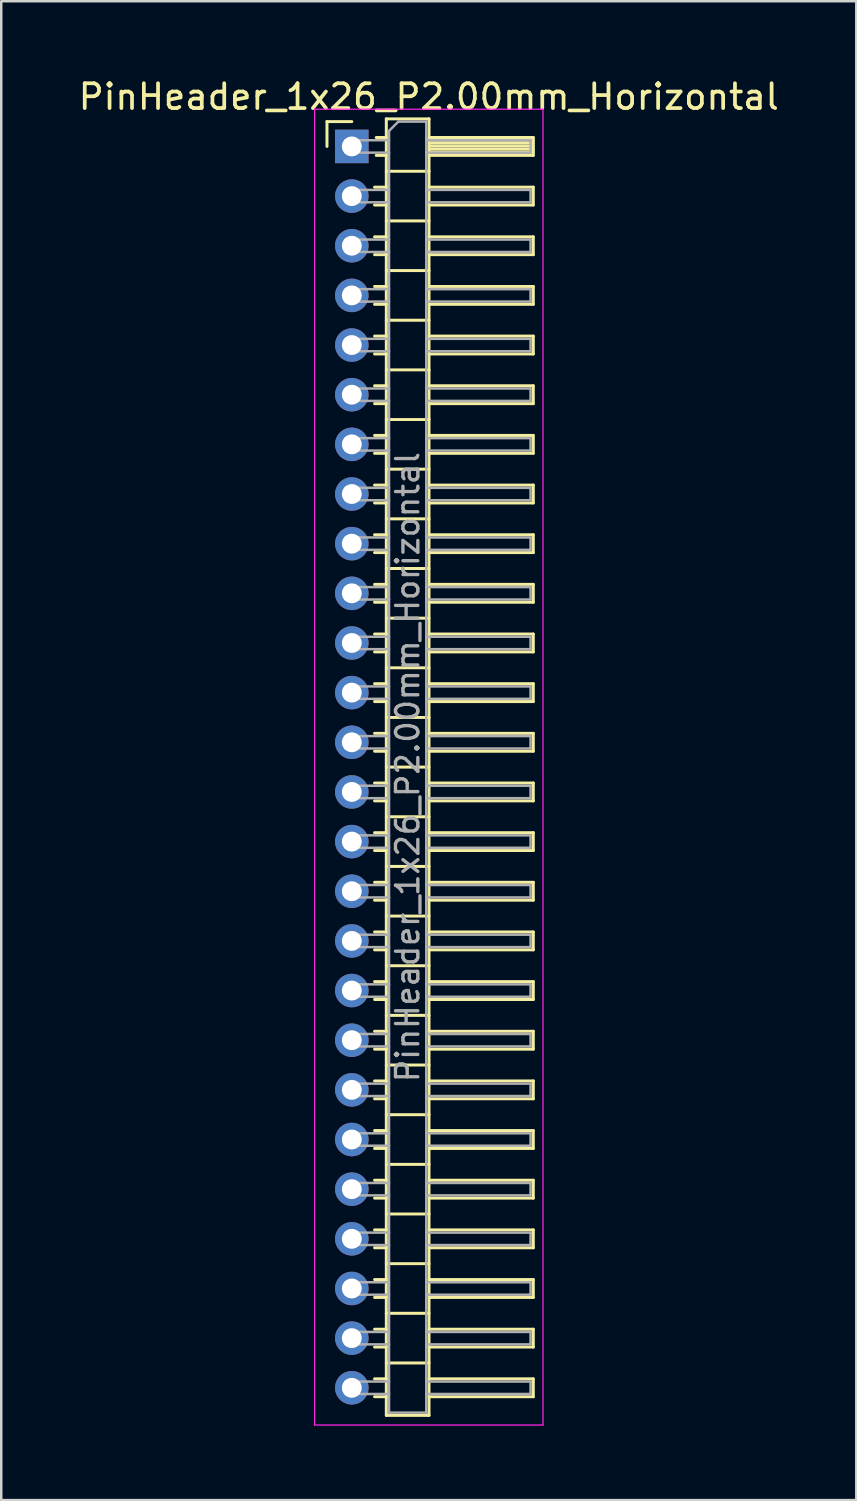
<source format=kicad_pcb>
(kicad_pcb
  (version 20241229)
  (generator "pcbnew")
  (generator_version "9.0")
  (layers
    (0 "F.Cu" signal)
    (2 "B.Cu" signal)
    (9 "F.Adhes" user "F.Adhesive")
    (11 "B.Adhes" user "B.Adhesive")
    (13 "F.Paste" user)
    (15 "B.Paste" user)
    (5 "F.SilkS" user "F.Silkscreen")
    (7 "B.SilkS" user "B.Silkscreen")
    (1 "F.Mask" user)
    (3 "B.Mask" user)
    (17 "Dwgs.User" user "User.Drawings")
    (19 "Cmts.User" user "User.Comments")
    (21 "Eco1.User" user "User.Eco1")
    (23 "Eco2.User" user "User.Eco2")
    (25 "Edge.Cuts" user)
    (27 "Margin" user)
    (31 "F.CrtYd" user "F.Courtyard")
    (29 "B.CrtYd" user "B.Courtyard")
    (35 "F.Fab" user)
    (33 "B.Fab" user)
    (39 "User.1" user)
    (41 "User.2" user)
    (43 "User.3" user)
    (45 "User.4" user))
  (footprint "PinHeader_1x26_P2.00mm_Horizontal"
    (layer "F.Cu")
    (at 11.12 2.848)
    (property "Reference" "PinHeader_1x26_P2.00mm_Horizontal" (at 3.1 -2 0) (layer "F.SilkS") (effects (font (size 1 1) (thickness 0.15))))
    (attr through_hole)
    (fp_line (start -1 -1) (end 0 -1) (stroke (width 0.12) (type solid)) (layer "F.SilkS"))
    (fp_line (start -1 0) (end -1 -1) (stroke (width 0.12) (type solid)) (layer "F.SilkS"))
    (fp_line (start 0.917 1.64) (end 1.39 1.64) (stroke (width 0.12) (type solid)) (layer "F.SilkS"))
    (fp_line (start 0.917 2.36) (end 1.39 2.36) (stroke (width 0.12) (type solid)) (layer "F.SilkS"))
    (fp_line (start 0.917 3.64) (end 1.39 3.64) (stroke (width 0.12) (type solid)) (layer "F.SilkS"))
    (fp_line (start 0.917 4.36) (end 1.39 4.36) (stroke (width 0.12) (type solid)) (layer "F.SilkS"))
    (fp_line (start 0.917 5.64) (end 1.39 5.64) (stroke (width 0.12) (type solid)) (layer "F.SilkS"))
    (fp_line (start 0.917 6.36) (end 1.39 6.36) (stroke (width 0.12) (type solid)) (layer "F.SilkS"))
    (fp_line (start 0.917 7.64) (end 1.39 7.64) (stroke (width 0.12) (type solid)) (layer "F.SilkS"))
    (fp_line (start 0.917 8.36) (end 1.39 8.36) (stroke (width 0.12) (type solid)) (layer "F.SilkS"))
    (fp_line (start 0.917 9.64) (end 1.39 9.64) (stroke (width 0.12) (type solid)) (layer "F.SilkS"))
    (fp_line (start 0.917 10.36) (end 1.39 10.36) (stroke (width 0.12) (type solid)) (layer "F.SilkS"))
    (fp_line (start 0.917 11.64) (end 1.39 11.64) (stroke (width 0.12) (type solid)) (layer "F.SilkS"))
    (fp_line (start 0.917 12.36) (end 1.39 12.36) (stroke (width 0.12) (type solid)) (layer "F.SilkS"))
    (fp_line (start 0.917 13.64) (end 1.39 13.64) (stroke (width 0.12) (type solid)) (layer "F.SilkS"))
    (fp_line (start 0.917 14.36) (end 1.39 14.36) (stroke (width 0.12) (type solid)) (layer "F.SilkS"))
    (fp_line (start 0.917 15.64) (end 1.39 15.64) (stroke (width 0.12) (type solid)) (layer "F.SilkS"))
    (fp_line (start 0.917 16.36) (end 1.39 16.36) (stroke (width 0.12) (type solid)) (layer "F.SilkS"))
    (fp_line (start 0.917 17.64) (end 1.39 17.64) (stroke (width 0.12) (type solid)) (layer "F.SilkS"))
    (fp_line (start 0.917 18.36) (end 1.39 18.36) (stroke (width 0.12) (type solid)) (layer "F.SilkS"))
    (fp_line (start 0.917 19.64) (end 1.39 19.64) (stroke (width 0.12) (type solid)) (layer "F.SilkS"))
    (fp_line (start 0.917 20.36) (end 1.39 20.36) (stroke (width 0.12) (type solid)) (layer "F.SilkS"))
    (fp_line (start 0.917 21.64) (end 1.39 21.64) (stroke (width 0.12) (type solid)) (layer "F.SilkS"))
    (fp_line (start 0.917 22.36) (end 1.39 22.36) (stroke (width 0.12) (type solid)) (layer "F.SilkS"))
    (fp_line (start 0.917 23.64) (end 1.39 23.64) (stroke (width 0.12) (type solid)) (layer "F.SilkS"))
    (fp_line (start 0.917 24.36) (end 1.39 24.36) (stroke (width 0.12) (type solid)) (layer "F.SilkS"))
    (fp_line (start 0.917 25.64) (end 1.39 25.64) (stroke (width 0.12) (type solid)) (layer "F.SilkS"))
    (fp_line (start 0.917 26.36) (end 1.39 26.36) (stroke (width 0.12) (type solid)) (layer "F.SilkS"))
    (fp_line (start 0.917 27.64) (end 1.39 27.64) (stroke (width 0.12) (type solid)) (layer "F.SilkS"))
    (fp_line (start 0.917 28.36) (end 1.39 28.36) (stroke (width 0.12) (type solid)) (layer "F.SilkS"))
    (fp_line (start 0.917 29.64) (end 1.39 29.64) (stroke (width 0.12) (type solid)) (layer "F.SilkS"))
    (fp_line (start 0.917 30.36) (end 1.39 30.36) (stroke (width 0.12) (type solid)) (layer "F.SilkS"))
    (fp_line (start 0.917 31.64) (end 1.39 31.64) (stroke (width 0.12) (type solid)) (layer "F.SilkS"))
    (fp_line (start 0.917 32.36) (end 1.39 32.36) (stroke (width 0.12) (type solid)) (layer "F.SilkS"))
    (fp_line (start 0.917 33.64) (end 1.39 33.64) (stroke (width 0.12) (type solid)) (layer "F.SilkS"))
    (fp_line (start 0.917 34.36) (end 1.39 34.36) (stroke (width 0.12) (type solid)) (layer "F.SilkS"))
    (fp_line (start 0.917 35.64) (end 1.39 35.64) (stroke (width 0.12) (type solid)) (layer "F.SilkS"))
    (fp_line (start 0.917 36.36) (end 1.39 36.36) (stroke (width 0.12) (type solid)) (layer "F.SilkS"))
    (fp_line (start 0.917 37.64) (end 1.39 37.64) (stroke (width 0.12) (type solid)) (layer "F.SilkS"))
    (fp_line (start 0.917 38.36) (end 1.39 38.36) (stroke (width 0.12) (type solid)) (layer "F.SilkS"))
    (fp_line (start 0.917 39.64) (end 1.39 39.64) (stroke (width 0.12) (type solid)) (layer "F.SilkS"))
    (fp_line (start 0.917 40.36) (end 1.39 40.36) (stroke (width 0.12) (type solid)) (layer "F.SilkS"))
    (fp_line (start 0.917 41.64) (end 1.39 41.64) (stroke (width 0.12) (type solid)) (layer "F.SilkS"))
    (fp_line (start 0.917 42.36) (end 1.39 42.36) (stroke (width 0.12) (type solid)) (layer "F.SilkS"))
    (fp_line (start 0.917 43.64) (end 1.39 43.64) (stroke (width 0.12) (type solid)) (layer "F.SilkS"))
    (fp_line (start 0.917 44.36) (end 1.39 44.36) (stroke (width 0.12) (type solid)) (layer "F.SilkS"))
    (fp_line (start 0.917 45.64) (end 1.39 45.64) (stroke (width 0.12) (type solid)) (layer "F.SilkS"))
    (fp_line (start 0.917 46.36) (end 1.39 46.36) (stroke (width 0.12) (type solid)) (layer "F.SilkS"))
    (fp_line (start 0.917 47.64) (end 1.39 47.64) (stroke (width 0.12) (type solid)) (layer "F.SilkS"))
    (fp_line (start 0.917 48.36) (end 1.39 48.36) (stroke (width 0.12) (type solid)) (layer "F.SilkS"))
    (fp_line (start 0.917 49.64) (end 1.39 49.64) (stroke (width 0.12) (type solid)) (layer "F.SilkS"))
    (fp_line (start 0.917 50.36) (end 1.39 50.36) (stroke (width 0.12) (type solid)) (layer "F.SilkS"))
    (fp_line (start 0.985 -0.36) (end 1.39 -0.36) (stroke (width 0.12) (type solid)) (layer "F.SilkS"))
    (fp_line (start 0.985 0.36) (end 1.39 0.36) (stroke (width 0.12) (type solid)) (layer "F.SilkS"))
    (fp_line (start 1.39 -1.11) (end 1.39 51.11) (stroke (width 0.12) (type solid)) (layer "F.SilkS"))
    (fp_line (start 1.39 1) (end 3.11 1) (stroke (width 0.12) (type solid)) (layer "F.SilkS"))
    (fp_line (start 1.39 3) (end 3.11 3) (stroke (width 0.12) (type solid)) (layer "F.SilkS"))
    (fp_line (start 1.39 5) (end 3.11 5) (stroke (width 0.12) (type solid)) (layer "F.SilkS"))
    (fp_line (start 1.39 7) (end 3.11 7) (stroke (width 0.12) (type solid)) (layer "F.SilkS"))
    (fp_line (start 1.39 9) (end 3.11 9) (stroke (width 0.12) (type solid)) (layer "F.SilkS"))
    (fp_line (start 1.39 11) (end 3.11 11) (stroke (width 0.12) (type solid)) (layer "F.SilkS"))
    (fp_line (start 1.39 13) (end 3.11 13) (stroke (width 0.12) (type solid)) (layer "F.SilkS"))
    (fp_line (start 1.39 15) (end 3.11 15) (stroke (width 0.12) (type solid)) (layer "F.SilkS"))
    (fp_line (start 1.39 17) (end 3.11 17) (stroke (width 0.12) (type solid)) (layer "F.SilkS"))
    (fp_line (start 1.39 19) (end 3.11 19) (stroke (width 0.12) (type solid)) (layer "F.SilkS"))
    (fp_line (start 1.39 21) (end 3.11 21) (stroke (width 0.12) (type solid)) (layer "F.SilkS"))
    (fp_line (start 1.39 23) (end 3.11 23) (stroke (width 0.12) (type solid)) (layer "F.SilkS"))
    (fp_line (start 1.39 25) (end 3.11 25) (stroke (width 0.12) (type solid)) (layer "F.SilkS"))
    (fp_line (start 1.39 27) (end 3.11 27) (stroke (width 0.12) (type solid)) (layer "F.SilkS"))
    (fp_line (start 1.39 29) (end 3.11 29) (stroke (width 0.12) (type solid)) (layer "F.SilkS"))
    (fp_line (start 1.39 31) (end 3.11 31) (stroke (width 0.12) (type solid)) (layer "F.SilkS"))
    (fp_line (start 1.39 33) (end 3.11 33) (stroke (width 0.12) (type solid)) (layer "F.SilkS"))
    (fp_line (start 1.39 35) (end 3.11 35) (stroke (width 0.12) (type solid)) (layer "F.SilkS"))
    (fp_line (start 1.39 37) (end 3.11 37) (stroke (width 0.12) (type solid)) (layer "F.SilkS"))
    (fp_line (start 1.39 39) (end 3.11 39) (stroke (width 0.12) (type solid)) (layer "F.SilkS"))
    (fp_line (start 1.39 41) (end 3.11 41) (stroke (width 0.12) (type solid)) (layer "F.SilkS"))
    (fp_line (start 1.39 43) (end 3.11 43) (stroke (width 0.12) (type solid)) (layer "F.SilkS"))
    (fp_line (start 1.39 45) (end 3.11 45) (stroke (width 0.12) (type solid)) (layer "F.SilkS"))
    (fp_line (start 1.39 47) (end 3.11 47) (stroke (width 0.12) (type solid)) (layer "F.SilkS"))
    (fp_line (start 1.39 49) (end 3.11 49) (stroke (width 0.12) (type solid)) (layer "F.SilkS"))
    (fp_line (start 1.39 51.11) (end 3.11 51.11) (stroke (width 0.12) (type solid)) (layer "F.SilkS"))
    (fp_line (start 3.11 -1.11) (end 1.39 -1.11) (stroke (width 0.12) (type solid)) (layer "F.SilkS"))
    (fp_line (start 3.11 -0.36) (end 7.31 -0.36) (stroke (width 0.12) (type solid)) (layer "F.SilkS"))
    (fp_line (start 3.11 -0.25) (end 7.31 -0.25) (stroke (width 0.12) (type solid)) (layer "F.SilkS"))
    (fp_line (start 3.11 -0.13) (end 7.31 -0.13) (stroke (width 0.12) (type solid)) (layer "F.SilkS"))
    (fp_line (start 3.11 -0.01) (end 7.31 -0.01) (stroke (width 0.12) (type solid)) (layer "F.SilkS"))
    (fp_line (start 3.11 0.11) (end 7.31 0.11) (stroke (width 0.12) (type solid)) (layer "F.SilkS"))
    (fp_line (start 3.11 0.23) (end 7.31 0.23) (stroke (width 0.12) (type solid)) (layer "F.SilkS"))
    (fp_line (start 3.11 1.64) (end 7.31 1.64) (stroke (width 0.12) (type solid)) (layer "F.SilkS"))
    (fp_line (start 3.11 3.64) (end 7.31 3.64) (stroke (width 0.12) (type solid)) (layer "F.SilkS"))
    (fp_line (start 3.11 5.64) (end 7.31 5.64) (stroke (width 0.12) (type solid)) (layer "F.SilkS"))
    (fp_line (start 3.11 7.64) (end 7.31 7.64) (stroke (width 0.12) (type solid)) (layer "F.SilkS"))
    (fp_line (start 3.11 9.64) (end 7.31 9.64) (stroke (width 0.12) (type solid)) (layer "F.SilkS"))
    (fp_line (start 3.11 11.64) (end 7.31 11.64) (stroke (width 0.12) (type solid)) (layer "F.SilkS"))
    (fp_line (start 3.11 13.64) (end 7.31 13.64) (stroke (width 0.12) (type solid)) (layer "F.SilkS"))
    (fp_line (start 3.11 15.64) (end 7.31 15.64) (stroke (width 0.12) (type solid)) (layer "F.SilkS"))
    (fp_line (start 3.11 17.64) (end 7.31 17.64) (stroke (width 0.12) (type solid)) (layer "F.SilkS"))
    (fp_line (start 3.11 19.64) (end 7.31 19.64) (stroke (width 0.12) (type solid)) (layer "F.SilkS"))
    (fp_line (start 3.11 21.64) (end 7.31 21.64) (stroke (width 0.12) (type solid)) (layer "F.SilkS"))
    (fp_line (start 3.11 23.64) (end 7.31 23.64) (stroke (width 0.12) (type solid)) (layer "F.SilkS"))
    (fp_line (start 3.11 25.64) (end 7.31 25.64) (stroke (width 0.12) (type solid)) (layer "F.SilkS"))
    (fp_line (start 3.11 27.64) (end 7.31 27.64) (stroke (width 0.12) (type solid)) (layer "F.SilkS"))
    (fp_line (start 3.11 29.64) (end 7.31 29.64) (stroke (width 0.12) (type solid)) (layer "F.SilkS"))
    (fp_line (start 3.11 31.64) (end 7.31 31.64) (stroke (width 0.12) (type solid)) (layer "F.SilkS"))
    (fp_line (start 3.11 33.64) (end 7.31 33.64) (stroke (width 0.12) (type solid)) (layer "F.SilkS"))
    (fp_line (start 3.11 35.64) (end 7.31 35.64) (stroke (width 0.12) (type solid)) (layer "F.SilkS"))
    (fp_line (start 3.11 37.64) (end 7.31 37.64) (stroke (width 0.12) (type solid)) (layer "F.SilkS"))
    (fp_line (start 3.11 39.64) (end 7.31 39.64) (stroke (width 0.12) (type solid)) (layer "F.SilkS"))
    (fp_line (start 3.11 41.64) (end 7.31 41.64) (stroke (width 0.12) (type solid)) (layer "F.SilkS"))
    (fp_line (start 3.11 43.64) (end 7.31 43.64) (stroke (width 0.12) (type solid)) (layer "F.SilkS"))
    (fp_line (start 3.11 45.64) (end 7.31 45.64) (stroke (width 0.12) (type solid)) (layer "F.SilkS"))
    (fp_line (start 3.11 47.64) (end 7.31 47.64) (stroke (width 0.12) (type solid)) (layer "F.SilkS"))
    (fp_line (start 3.11 49.64) (end 7.31 49.64) (stroke (width 0.12) (type solid)) (layer "F.SilkS"))
    (fp_line (start 3.11 51.11) (end 3.11 -1.11) (stroke (width 0.12) (type solid)) (layer "F.SilkS"))
    (fp_line (start 7.31 -0.36) (end 7.31 0.36) (stroke (width 0.12) (type solid)) (layer "F.SilkS"))
    (fp_line (start 7.31 0.36) (end 3.11 0.36) (stroke (width 0.12) (type solid)) (layer "F.SilkS"))
    (fp_line (start 7.31 1.64) (end 7.31 2.36) (stroke (width 0.12) (type solid)) (layer "F.SilkS"))
    (fp_line (start 7.31 2.36) (end 3.11 2.36) (stroke (width 0.12) (type solid)) (layer "F.SilkS"))
    (fp_line (start 7.31 3.64) (end 7.31 4.36) (stroke (width 0.12) (type solid)) (layer "F.SilkS"))
    (fp_line (start 7.31 4.36) (end 3.11 4.36) (stroke (width 0.12) (type solid)) (layer "F.SilkS"))
    (fp_line (start 7.31 5.64) (end 7.31 6.36) (stroke (width 0.12) (type solid)) (layer "F.SilkS"))
    (fp_line (start 7.31 6.36) (end 3.11 6.36) (stroke (width 0.12) (type solid)) (layer "F.SilkS"))
    (fp_line (start 7.31 7.64) (end 7.31 8.36) (stroke (width 0.12) (type solid)) (layer "F.SilkS"))
    (fp_line (start 7.31 8.36) (end 3.11 8.36) (stroke (width 0.12) (type solid)) (layer "F.SilkS"))
    (fp_line (start 7.31 9.64) (end 7.31 10.36) (stroke (width 0.12) (type solid)) (layer "F.SilkS"))
    (fp_line (start 7.31 10.36) (end 3.11 10.36) (stroke (width 0.12) (type solid)) (layer "F.SilkS"))
    (fp_line (start 7.31 11.64) (end 7.31 12.36) (stroke (width 0.12) (type solid)) (layer "F.SilkS"))
    (fp_line (start 7.31 12.36) (end 3.11 12.36) (stroke (width 0.12) (type solid)) (layer "F.SilkS"))
    (fp_line (start 7.31 13.64) (end 7.31 14.36) (stroke (width 0.12) (type solid)) (layer "F.SilkS"))
    (fp_line (start 7.31 14.36) (end 3.11 14.36) (stroke (width 0.12) (type solid)) (layer "F.SilkS"))
    (fp_line (start 7.31 15.64) (end 7.31 16.36) (stroke (width 0.12) (type solid)) (layer "F.SilkS"))
    (fp_line (start 7.31 16.36) (end 3.11 16.36) (stroke (width 0.12) (type solid)) (layer "F.SilkS"))
    (fp_line (start 7.31 17.64) (end 7.31 18.36) (stroke (width 0.12) (type solid)) (layer "F.SilkS"))
    (fp_line (start 7.31 18.36) (end 3.11 18.36) (stroke (width 0.12) (type solid)) (layer "F.SilkS"))
    (fp_line (start 7.31 19.64) (end 7.31 20.36) (stroke (width 0.12) (type solid)) (layer "F.SilkS"))
    (fp_line (start 7.31 20.36) (end 3.11 20.36) (stroke (width 0.12) (type solid)) (layer "F.SilkS"))
    (fp_line (start 7.31 21.64) (end 7.31 22.36) (stroke (width 0.12) (type solid)) (layer "F.SilkS"))
    (fp_line (start 7.31 22.36) (end 3.11 22.36) (stroke (width 0.12) (type solid)) (layer "F.SilkS"))
    (fp_line (start 7.31 23.64) (end 7.31 24.36) (stroke (width 0.12) (type solid)) (layer "F.SilkS"))
    (fp_line (start 7.31 24.36) (end 3.11 24.36) (stroke (width 0.12) (type solid)) (layer "F.SilkS"))
    (fp_line (start 7.31 25.64) (end 7.31 26.36) (stroke (width 0.12) (type solid)) (layer "F.SilkS"))
    (fp_line (start 7.31 26.36) (end 3.11 26.36) (stroke (width 0.12) (type solid)) (layer "F.SilkS"))
    (fp_line (start 7.31 27.64) (end 7.31 28.36) (stroke (width 0.12) (type solid)) (layer "F.SilkS"))
    (fp_line (start 7.31 28.36) (end 3.11 28.36) (stroke (width 0.12) (type solid)) (layer "F.SilkS"))
    (fp_line (start 7.31 29.64) (end 7.31 30.36) (stroke (width 0.12) (type solid)) (layer "F.SilkS"))
    (fp_line (start 7.31 30.36) (end 3.11 30.36) (stroke (width 0.12) (type solid)) (layer "F.SilkS"))
    (fp_line (start 7.31 31.64) (end 7.31 32.36) (stroke (width 0.12) (type solid)) (layer "F.SilkS"))
    (fp_line (start 7.31 32.36) (end 3.11 32.36) (stroke (width 0.12) (type solid)) (layer "F.SilkS"))
    (fp_line (start 7.31 33.64) (end 7.31 34.36) (stroke (width 0.12) (type solid)) (layer "F.SilkS"))
    (fp_line (start 7.31 34.36) (end 3.11 34.36) (stroke (width 0.12) (type solid)) (layer "F.SilkS"))
    (fp_line (start 7.31 35.64) (end 7.31 36.36) (stroke (width 0.12) (type solid)) (layer "F.SilkS"))
    (fp_line (start 7.31 36.36) (end 3.11 36.36) (stroke (width 0.12) (type solid)) (layer "F.SilkS"))
    (fp_line (start 7.31 37.64) (end 7.31 38.36) (stroke (width 0.12) (type solid)) (layer "F.SilkS"))
    (fp_line (start 7.31 38.36) (end 3.11 38.36) (stroke (width 0.12) (type solid)) (layer "F.SilkS"))
    (fp_line (start 7.31 39.64) (end 7.31 40.36) (stroke (width 0.12) (type solid)) (layer "F.SilkS"))
    (fp_line (start 7.31 40.36) (end 3.11 40.36) (stroke (width 0.12) (type solid)) (layer "F.SilkS"))
    (fp_line (start 7.31 41.64) (end 7.31 42.36) (stroke (width 0.12) (type solid)) (layer "F.SilkS"))
    (fp_line (start 7.31 42.36) (end 3.11 42.36) (stroke (width 0.12) (type solid)) (layer "F.SilkS"))
    (fp_line (start 7.31 43.64) (end 7.31 44.36) (stroke (width 0.12) (type solid)) (layer "F.SilkS"))
    (fp_line (start 7.31 44.36) (end 3.11 44.36) (stroke (width 0.12) (type solid)) (layer "F.SilkS"))
    (fp_line (start 7.31 45.64) (end 7.31 46.36) (stroke (width 0.12) (type solid)) (layer "F.SilkS"))
    (fp_line (start 7.31 46.36) (end 3.11 46.36) (stroke (width 0.12) (type solid)) (layer "F.SilkS"))
    (fp_line (start 7.31 47.64) (end 7.31 48.36) (stroke (width 0.12) (type solid)) (layer "F.SilkS"))
    (fp_line (start 7.31 48.36) (end 3.11 48.36) (stroke (width 0.12) (type solid)) (layer "F.SilkS"))
    (fp_line (start 7.31 49.64) (end 7.31 50.36) (stroke (width 0.12) (type solid)) (layer "F.SilkS"))
    (fp_line (start 7.31 50.36) (end 3.11 50.36) (stroke (width 0.12) (type solid)) (layer "F.SilkS"))
    (fp_line (start -1.5 -1.5) (end -1.5 51.5) (stroke (width 0.05) (type solid)) (layer "F.CrtYd"))
    (fp_line (start -1.5 51.5) (end 7.7 51.5) (stroke (width 0.05) (type solid)) (layer "F.CrtYd"))
    (fp_line (start 7.7 -1.5) (end -1.5 -1.5) (stroke (width 0.05) (type solid)) (layer "F.CrtYd"))
    (fp_line (start 7.7 51.5) (end 7.7 -1.5) (stroke (width 0.05) (type solid)) (layer "F.CrtYd"))
    (fp_line (start -0.25 -0.25) (end -0.25 0.25) (stroke (width 0.1) (type solid)) (layer "F.Fab"))
    (fp_line (start -0.25 -0.25) (end 1.5 -0.25) (stroke (width 0.1) (type solid)) (layer "F.Fab"))
    (fp_line (start -0.25 0.25) (end 1.5 0.25) (stroke (width 0.1) (type solid)) (layer "F.Fab"))
    (fp_line (start -0.25 1.75) (end -0.25 2.25) (stroke (width 0.1) (type solid)) (layer "F.Fab"))
    (fp_line (start -0.25 1.75) (end 1.5 1.75) (stroke (width 0.1) (type solid)) (layer "F.Fab"))
    (fp_line (start -0.25 2.25) (end 1.5 2.25) (stroke (width 0.1) (type solid)) (layer "F.Fab"))
    (fp_line (start -0.25 3.75) (end -0.25 4.25) (stroke (width 0.1) (type solid)) (layer "F.Fab"))
    (fp_line (start -0.25 3.75) (end 1.5 3.75) (stroke (width 0.1) (type solid)) (layer "F.Fab"))
    (fp_line (start -0.25 4.25) (end 1.5 4.25) (stroke (width 0.1) (type solid)) (layer "F.Fab"))
    (fp_line (start -0.25 5.75) (end -0.25 6.25) (stroke (width 0.1) (type solid)) (layer "F.Fab"))
    (fp_line (start -0.25 5.75) (end 1.5 5.75) (stroke (width 0.1) (type solid)) (layer "F.Fab"))
    (fp_line (start -0.25 6.25) (end 1.5 6.25) (stroke (width 0.1) (type solid)) (layer "F.Fab"))
    (fp_line (start -0.25 7.75) (end -0.25 8.25) (stroke (width 0.1) (type solid)) (layer "F.Fab"))
    (fp_line (start -0.25 7.75) (end 1.5 7.75) (stroke (width 0.1) (type solid)) (layer "F.Fab"))
    (fp_line (start -0.25 8.25) (end 1.5 8.25) (stroke (width 0.1) (type solid)) (layer "F.Fab"))
    (fp_line (start -0.25 9.75) (end -0.25 10.25) (stroke (width 0.1) (type solid)) (layer "F.Fab"))
    (fp_line (start -0.25 9.75) (end 1.5 9.75) (stroke (width 0.1) (type solid)) (layer "F.Fab"))
    (fp_line (start -0.25 10.25) (end 1.5 10.25) (stroke (width 0.1) (type solid)) (layer "F.Fab"))
    (fp_line (start -0.25 11.75) (end -0.25 12.25) (stroke (width 0.1) (type solid)) (layer "F.Fab"))
    (fp_line (start -0.25 11.75) (end 1.5 11.75) (stroke (width 0.1) (type solid)) (layer "F.Fab"))
    (fp_line (start -0.25 12.25) (end 1.5 12.25) (stroke (width 0.1) (type solid)) (layer "F.Fab"))
    (fp_line (start -0.25 13.75) (end -0.25 14.25) (stroke (width 0.1) (type solid)) (layer "F.Fab"))
    (fp_line (start -0.25 13.75) (end 1.5 13.75) (stroke (width 0.1) (type solid)) (layer "F.Fab"))
    (fp_line (start -0.25 14.25) (end 1.5 14.25) (stroke (width 0.1) (type solid)) (layer "F.Fab"))
    (fp_line (start -0.25 15.75) (end -0.25 16.25) (stroke (width 0.1) (type solid)) (layer "F.Fab"))
    (fp_line (start -0.25 15.75) (end 1.5 15.75) (stroke (width 0.1) (type solid)) (layer "F.Fab"))
    (fp_line (start -0.25 16.25) (end 1.5 16.25) (stroke (width 0.1) (type solid)) (layer "F.Fab"))
    (fp_line (start -0.25 17.75) (end -0.25 18.25) (stroke (width 0.1) (type solid)) (layer "F.Fab"))
    (fp_line (start -0.25 17.75) (end 1.5 17.75) (stroke (width 0.1) (type solid)) (layer "F.Fab"))
    (fp_line (start -0.25 18.25) (end 1.5 18.25) (stroke (width 0.1) (type solid)) (layer "F.Fab"))
    (fp_line (start -0.25 19.75) (end -0.25 20.25) (stroke (width 0.1) (type solid)) (layer "F.Fab"))
    (fp_line (start -0.25 19.75) (end 1.5 19.75) (stroke (width 0.1) (type solid)) (layer "F.Fab"))
    (fp_line (start -0.25 20.25) (end 1.5 20.25) (stroke (width 0.1) (type solid)) (layer "F.Fab"))
    (fp_line (start -0.25 21.75) (end -0.25 22.25) (stroke (width 0.1) (type solid)) (layer "F.Fab"))
    (fp_line (start -0.25 21.75) (end 1.5 21.75) (stroke (width 0.1) (type solid)) (layer "F.Fab"))
    (fp_line (start -0.25 22.25) (end 1.5 22.25) (stroke (width 0.1) (type solid)) (layer "F.Fab"))
    (fp_line (start -0.25 23.75) (end -0.25 24.25) (stroke (width 0.1) (type solid)) (layer "F.Fab"))
    (fp_line (start -0.25 23.75) (end 1.5 23.75) (stroke (width 0.1) (type solid)) (layer "F.Fab"))
    (fp_line (start -0.25 24.25) (end 1.5 24.25) (stroke (width 0.1) (type solid)) (layer "F.Fab"))
    (fp_line (start -0.25 25.75) (end -0.25 26.25) (stroke (width 0.1) (type solid)) (layer "F.Fab"))
    (fp_line (start -0.25 25.75) (end 1.5 25.75) (stroke (width 0.1) (type solid)) (layer "F.Fab"))
    (fp_line (start -0.25 26.25) (end 1.5 26.25) (stroke (width 0.1) (type solid)) (layer "F.Fab"))
    (fp_line (start -0.25 27.75) (end -0.25 28.25) (stroke (width 0.1) (type solid)) (layer "F.Fab"))
    (fp_line (start -0.25 27.75) (end 1.5 27.75) (stroke (width 0.1) (type solid)) (layer "F.Fab"))
    (fp_line (start -0.25 28.25) (end 1.5 28.25) (stroke (width 0.1) (type solid)) (layer "F.Fab"))
    (fp_line (start -0.25 29.75) (end -0.25 30.25) (stroke (width 0.1) (type solid)) (layer "F.Fab"))
    (fp_line (start -0.25 29.75) (end 1.5 29.75) (stroke (width 0.1) (type solid)) (layer "F.Fab"))
    (fp_line (start -0.25 30.25) (end 1.5 30.25) (stroke (width 0.1) (type solid)) (layer "F.Fab"))
    (fp_line (start -0.25 31.75) (end -0.25 32.25) (stroke (width 0.1) (type solid)) (layer "F.Fab"))
    (fp_line (start -0.25 31.75) (end 1.5 31.75) (stroke (width 0.1) (type solid)) (layer "F.Fab"))
    (fp_line (start -0.25 32.25) (end 1.5 32.25) (stroke (width 0.1) (type solid)) (layer "F.Fab"))
    (fp_line (start -0.25 33.75) (end -0.25 34.25) (stroke (width 0.1) (type solid)) (layer "F.Fab"))
    (fp_line (start -0.25 33.75) (end 1.5 33.75) (stroke (width 0.1) (type solid)) (layer "F.Fab"))
    (fp_line (start -0.25 34.25) (end 1.5 34.25) (stroke (width 0.1) (type solid)) (layer "F.Fab"))
    (fp_line (start -0.25 35.75) (end -0.25 36.25) (stroke (width 0.1) (type solid)) (layer "F.Fab"))
    (fp_line (start -0.25 35.75) (end 1.5 35.75) (stroke (width 0.1) (type solid)) (layer "F.Fab"))
    (fp_line (start -0.25 36.25) (end 1.5 36.25) (stroke (width 0.1) (type solid)) (layer "F.Fab"))
    (fp_line (start -0.25 37.75) (end -0.25 38.25) (stroke (width 0.1) (type solid)) (layer "F.Fab"))
    (fp_line (start -0.25 37.75) (end 1.5 37.75) (stroke (width 0.1) (type solid)) (layer "F.Fab"))
    (fp_line (start -0.25 38.25) (end 1.5 38.25) (stroke (width 0.1) (type solid)) (layer "F.Fab"))
    (fp_line (start -0.25 39.75) (end -0.25 40.25) (stroke (width 0.1) (type solid)) (layer "F.Fab"))
    (fp_line (start -0.25 39.75) (end 1.5 39.75) (stroke (width 0.1) (type solid)) (layer "F.Fab"))
    (fp_line (start -0.25 40.25) (end 1.5 40.25) (stroke (width 0.1) (type solid)) (layer "F.Fab"))
    (fp_line (start -0.25 41.75) (end -0.25 42.25) (stroke (width 0.1) (type solid)) (layer "F.Fab"))
    (fp_line (start -0.25 41.75) (end 1.5 41.75) (stroke (width 0.1) (type solid)) (layer "F.Fab"))
    (fp_line (start -0.25 42.25) (end 1.5 42.25) (stroke (width 0.1) (type solid)) (layer "F.Fab"))
    (fp_line (start -0.25 43.75) (end -0.25 44.25) (stroke (width 0.1) (type solid)) (layer "F.Fab"))
    (fp_line (start -0.25 43.75) (end 1.5 43.75) (stroke (width 0.1) (type solid)) (layer "F.Fab"))
    (fp_line (start -0.25 44.25) (end 1.5 44.25) (stroke (width 0.1) (type solid)) (layer "F.Fab"))
    (fp_line (start -0.25 45.75) (end -0.25 46.25) (stroke (width 0.1) (type solid)) (layer "F.Fab"))
    (fp_line (start -0.25 45.75) (end 1.5 45.75) (stroke (width 0.1) (type solid)) (layer "F.Fab"))
    (fp_line (start -0.25 46.25) (end 1.5 46.25) (stroke (width 0.1) (type solid)) (layer "F.Fab"))
    (fp_line (start -0.25 47.75) (end -0.25 48.25) (stroke (width 0.1) (type solid)) (layer "F.Fab"))
    (fp_line (start -0.25 47.75) (end 1.5 47.75) (stroke (width 0.1) (type solid)) (layer "F.Fab"))
    (fp_line (start -0.25 48.25) (end 1.5 48.25) (stroke (width 0.1) (type solid)) (layer "F.Fab"))
    (fp_line (start -0.25 49.75) (end -0.25 50.25) (stroke (width 0.1) (type solid)) (layer "F.Fab"))
    (fp_line (start -0.25 49.75) (end 1.5 49.75) (stroke (width 0.1) (type solid)) (layer "F.Fab"))
    (fp_line (start -0.25 50.25) (end 1.5 50.25) (stroke (width 0.1) (type solid)) (layer "F.Fab"))
    (fp_line (start 1.5 -0.625) (end 1.875 -1) (stroke (width 0.1) (type solid)) (layer "F.Fab"))
    (fp_line (start 1.5 51) (end 1.5 -0.625) (stroke (width 0.1) (type solid)) (layer "F.Fab"))
    (fp_line (start 1.875 -1) (end 3 -1) (stroke (width 0.1) (type solid)) (layer "F.Fab"))
    (fp_line (start 3 -1) (end 3 51) (stroke (width 0.1) (type solid)) (layer "F.Fab"))
    (fp_line (start 3 -0.25) (end 7.2 -0.25) (stroke (width 0.1) (type solid)) (layer "F.Fab"))
    (fp_line (start 3 0.25) (end 7.2 0.25) (stroke (width 0.1) (type solid)) (layer "F.Fab"))
    (fp_line (start 3 1.75) (end 7.2 1.75) (stroke (width 0.1) (type solid)) (layer "F.Fab"))
    (fp_line (start 3 2.25) (end 7.2 2.25) (stroke (width 0.1) (type solid)) (layer "F.Fab"))
    (fp_line (start 3 3.75) (end 7.2 3.75) (stroke (width 0.1) (type solid)) (layer "F.Fab"))
    (fp_line (start 3 4.25) (end 7.2 4.25) (stroke (width 0.1) (type solid)) (layer "F.Fab"))
    (fp_line (start 3 5.75) (end 7.2 5.75) (stroke (width 0.1) (type solid)) (layer "F.Fab"))
    (fp_line (start 3 6.25) (end 7.2 6.25) (stroke (width 0.1) (type solid)) (layer "F.Fab"))
    (fp_line (start 3 7.75) (end 7.2 7.75) (stroke (width 0.1) (type solid)) (layer "F.Fab"))
    (fp_line (start 3 8.25) (end 7.2 8.25) (stroke (width 0.1) (type solid)) (layer "F.Fab"))
    (fp_line (start 3 9.75) (end 7.2 9.75) (stroke (width 0.1) (type solid)) (layer "F.Fab"))
    (fp_line (start 3 10.25) (end 7.2 10.25) (stroke (width 0.1) (type solid)) (layer "F.Fab"))
    (fp_line (start 3 11.75) (end 7.2 11.75) (stroke (width 0.1) (type solid)) (layer "F.Fab"))
    (fp_line (start 3 12.25) (end 7.2 12.25) (stroke (width 0.1) (type solid)) (layer "F.Fab"))
    (fp_line (start 3 13.75) (end 7.2 13.75) (stroke (width 0.1) (type solid)) (layer "F.Fab"))
    (fp_line (start 3 14.25) (end 7.2 14.25) (stroke (width 0.1) (type solid)) (layer "F.Fab"))
    (fp_line (start 3 15.75) (end 7.2 15.75) (stroke (width 0.1) (type solid)) (layer "F.Fab"))
    (fp_line (start 3 16.25) (end 7.2 16.25) (stroke (width 0.1) (type solid)) (layer "F.Fab"))
    (fp_line (start 3 17.75) (end 7.2 17.75) (stroke (width 0.1) (type solid)) (layer "F.Fab"))
    (fp_line (start 3 18.25) (end 7.2 18.25) (stroke (width 0.1) (type solid)) (layer "F.Fab"))
    (fp_line (start 3 19.75) (end 7.2 19.75) (stroke (width 0.1) (type solid)) (layer "F.Fab"))
    (fp_line (start 3 20.25) (end 7.2 20.25) (stroke (width 0.1) (type solid)) (layer "F.Fab"))
    (fp_line (start 3 21.75) (end 7.2 21.75) (stroke (width 0.1) (type solid)) (layer "F.Fab"))
    (fp_line (start 3 22.25) (end 7.2 22.25) (stroke (width 0.1) (type solid)) (layer "F.Fab"))
    (fp_line (start 3 23.75) (end 7.2 23.75) (stroke (width 0.1) (type solid)) (layer "F.Fab"))
    (fp_line (start 3 24.25) (end 7.2 24.25) (stroke (width 0.1) (type solid)) (layer "F.Fab"))
    (fp_line (start 3 25.75) (end 7.2 25.75) (stroke (width 0.1) (type solid)) (layer "F.Fab"))
    (fp_line (start 3 26.25) (end 7.2 26.25) (stroke (width 0.1) (type solid)) (layer "F.Fab"))
    (fp_line (start 3 27.75) (end 7.2 27.75) (stroke (width 0.1) (type solid)) (layer "F.Fab"))
    (fp_line (start 3 28.25) (end 7.2 28.25) (stroke (width 0.1) (type solid)) (layer "F.Fab"))
    (fp_line (start 3 29.75) (end 7.2 29.75) (stroke (width 0.1) (type solid)) (layer "F.Fab"))
    (fp_line (start 3 30.25) (end 7.2 30.25) (stroke (width 0.1) (type solid)) (layer "F.Fab"))
    (fp_line (start 3 31.75) (end 7.2 31.75) (stroke (width 0.1) (type solid)) (layer "F.Fab"))
    (fp_line (start 3 32.25) (end 7.2 32.25) (stroke (width 0.1) (type solid)) (layer "F.Fab"))
    (fp_line (start 3 33.75) (end 7.2 33.75) (stroke (width 0.1) (type solid)) (layer "F.Fab"))
    (fp_line (start 3 34.25) (end 7.2 34.25) (stroke (width 0.1) (type solid)) (layer "F.Fab"))
    (fp_line (start 3 35.75) (end 7.2 35.75) (stroke (width 0.1) (type solid)) (layer "F.Fab"))
    (fp_line (start 3 36.25) (end 7.2 36.25) (stroke (width 0.1) (type solid)) (layer "F.Fab"))
    (fp_line (start 3 37.75) (end 7.2 37.75) (stroke (width 0.1) (type solid)) (layer "F.Fab"))
    (fp_line (start 3 38.25) (end 7.2 38.25) (stroke (width 0.1) (type solid)) (layer "F.Fab"))
    (fp_line (start 3 39.75) (end 7.2 39.75) (stroke (width 0.1) (type solid)) (layer "F.Fab"))
    (fp_line (start 3 40.25) (end 7.2 40.25) (stroke (width 0.1) (type solid)) (layer "F.Fab"))
    (fp_line (start 3 41.75) (end 7.2 41.75) (stroke (width 0.1) (type solid)) (layer "F.Fab"))
    (fp_line (start 3 42.25) (end 7.2 42.25) (stroke (width 0.1) (type solid)) (layer "F.Fab"))
    (fp_line (start 3 43.75) (end 7.2 43.75) (stroke (width 0.1) (type solid)) (layer "F.Fab"))
    (fp_line (start 3 44.25) (end 7.2 44.25) (stroke (width 0.1) (type solid)) (layer "F.Fab"))
    (fp_line (start 3 45.75) (end 7.2 45.75) (stroke (width 0.1) (type solid)) (layer "F.Fab"))
    (fp_line (start 3 46.25) (end 7.2 46.25) (stroke (width 0.1) (type solid)) (layer "F.Fab"))
    (fp_line (start 3 47.75) (end 7.2 47.75) (stroke (width 0.1) (type solid)) (layer "F.Fab"))
    (fp_line (start 3 48.25) (end 7.2 48.25) (stroke (width 0.1) (type solid)) (layer "F.Fab"))
    (fp_line (start 3 49.75) (end 7.2 49.75) (stroke (width 0.1) (type solid)) (layer "F.Fab"))
    (fp_line (start 3 50.25) (end 7.2 50.25) (stroke (width 0.1) (type solid)) (layer "F.Fab"))
    (fp_line (start 3 51) (end 1.5 51) (stroke (width 0.1) (type solid)) (layer "F.Fab"))
    (fp_line (start 7.2 -0.25) (end 7.2 0.25) (stroke (width 0.1) (type solid)) (layer "F.Fab"))
    (fp_line (start 7.2 1.75) (end 7.2 2.25) (stroke (width 0.1) (type solid)) (layer "F.Fab"))
    (fp_line (start 7.2 3.75) (end 7.2 4.25) (stroke (width 0.1) (type solid)) (layer "F.Fab"))
    (fp_line (start 7.2 5.75) (end 7.2 6.25) (stroke (width 0.1) (type solid)) (layer "F.Fab"))
    (fp_line (start 7.2 7.75) (end 7.2 8.25) (stroke (width 0.1) (type solid)) (layer "F.Fab"))
    (fp_line (start 7.2 9.75) (end 7.2 10.25) (stroke (width 0.1) (type solid)) (layer "F.Fab"))
    (fp_line (start 7.2 11.75) (end 7.2 12.25) (stroke (width 0.1) (type solid)) (layer "F.Fab"))
    (fp_line (start 7.2 13.75) (end 7.2 14.25) (stroke (width 0.1) (type solid)) (layer "F.Fab"))
    (fp_line (start 7.2 15.75) (end 7.2 16.25) (stroke (width 0.1) (type solid)) (layer "F.Fab"))
    (fp_line (start 7.2 17.75) (end 7.2 18.25) (stroke (width 0.1) (type solid)) (layer "F.Fab"))
    (fp_line (start 7.2 19.75) (end 7.2 20.25) (stroke (width 0.1) (type solid)) (layer "F.Fab"))
    (fp_line (start 7.2 21.75) (end 7.2 22.25) (stroke (width 0.1) (type solid)) (layer "F.Fab"))
    (fp_line (start 7.2 23.75) (end 7.2 24.25) (stroke (width 0.1) (type solid)) (layer "F.Fab"))
    (fp_line (start 7.2 25.75) (end 7.2 26.25) (stroke (width 0.1) (type solid)) (layer "F.Fab"))
    (fp_line (start 7.2 27.75) (end 7.2 28.25) (stroke (width 0.1) (type solid)) (layer "F.Fab"))
    (fp_line (start 7.2 29.75) (end 7.2 30.25) (stroke (width 0.1) (type solid)) (layer "F.Fab"))
    (fp_line (start 7.2 31.75) (end 7.2 32.25) (stroke (width 0.1) (type solid)) (layer "F.Fab"))
    (fp_line (start 7.2 33.75) (end 7.2 34.25) (stroke (width 0.1) (type solid)) (layer "F.Fab"))
    (fp_line (start 7.2 35.75) (end 7.2 36.25) (stroke (width 0.1) (type solid)) (layer "F.Fab"))
    (fp_line (start 7.2 37.75) (end 7.2 38.25) (stroke (width 0.1) (type solid)) (layer "F.Fab"))
    (fp_line (start 7.2 39.75) (end 7.2 40.25) (stroke (width 0.1) (type solid)) (layer "F.Fab"))
    (fp_line (start 7.2 41.75) (end 7.2 42.25) (stroke (width 0.1) (type solid)) (layer "F.Fab"))
    (fp_line (start 7.2 43.75) (end 7.2 44.25) (stroke (width 0.1) (type solid)) (layer "F.Fab"))
    (fp_line (start 7.2 45.75) (end 7.2 46.25) (stroke (width 0.1) (type solid)) (layer "F.Fab"))
    (fp_line (start 7.2 47.75) (end 7.2 48.25) (stroke (width 0.1) (type solid)) (layer "F.Fab"))
    (fp_line (start 7.2 49.75) (end 7.2 50.25) (stroke (width 0.1) (type solid)) (layer "F.Fab"))
    (fp_text user "${REFERENCE}" (at 2.25 25 90) (layer "F.Fab") (effects (font (size 0.9 0.9) (thickness 0.135))))
    (pad "1" thru_hole rect (at 0 0) (size 1.35 1.35) (drill 0.8) (layers "*.Cu" "*.Mask"))
    (pad "2" thru_hole circle (at 0 2) (size 1.35 1.35) (drill 0.8) (layers "*.Cu" "*.Mask"))
    (pad "3" thru_hole circle (at 0 4) (size 1.35 1.35) (drill 0.8) (layers "*.Cu" "*.Mask"))
    (pad "4" thru_hole circle (at 0 6) (size 1.35 1.35) (drill 0.8) (layers "*.Cu" "*.Mask"))
    (pad "5" thru_hole circle (at 0 8) (size 1.35 1.35) (drill 0.8) (layers "*.Cu" "*.Mask"))
    (pad "6" thru_hole circle (at 0 10) (size 1.35 1.35) (drill 0.8) (layers "*.Cu" "*.Mask"))
    (pad "7" thru_hole circle (at 0 12) (size 1.35 1.35) (drill 0.8) (layers "*.Cu" "*.Mask"))
    (pad "8" thru_hole circle (at 0 14) (size 1.35 1.35) (drill 0.8) (layers "*.Cu" "*.Mask"))
    (pad "9" thru_hole circle (at 0 16) (size 1.35 1.35) (drill 0.8) (layers "*.Cu" "*.Mask"))
    (pad "10" thru_hole circle (at 0 18) (size 1.35 1.35) (drill 0.8) (layers "*.Cu" "*.Mask"))
    (pad "11" thru_hole circle (at 0 20) (size 1.35 1.35) (drill 0.8) (layers "*.Cu" "*.Mask"))
    (pad "12" thru_hole circle (at 0 22) (size 1.35 1.35) (drill 0.8) (layers "*.Cu" "*.Mask"))
    (pad "13" thru_hole circle (at 0 24) (size 1.35 1.35) (drill 0.8) (layers "*.Cu" "*.Mask"))
    (pad "14" thru_hole circle (at 0 26) (size 1.35 1.35) (drill 0.8) (layers "*.Cu" "*.Mask"))
    (pad "15" thru_hole circle (at 0 28) (size 1.35 1.35) (drill 0.8) (layers "*.Cu" "*.Mask"))
    (pad "16" thru_hole circle (at 0 30) (size 1.35 1.35) (drill 0.8) (layers "*.Cu" "*.Mask"))
    (pad "17" thru_hole circle (at 0 32) (size 1.35 1.35) (drill 0.8) (layers "*.Cu" "*.Mask"))
    (pad "18" thru_hole circle (at 0 34) (size 1.35 1.35) (drill 0.8) (layers "*.Cu" "*.Mask"))
    (pad "19" thru_hole circle (at 0 36) (size 1.35 1.35) (drill 0.8) (layers "*.Cu" "*.Mask"))
    (pad "20" thru_hole circle (at 0 38) (size 1.35 1.35) (drill 0.8) (layers "*.Cu" "*.Mask"))
    (pad "21" thru_hole circle (at 0 40) (size 1.35 1.35) (drill 0.8) (layers "*.Cu" "*.Mask"))
    (pad "22" thru_hole circle (at 0 42) (size 1.35 1.35) (drill 0.8) (layers "*.Cu" "*.Mask"))
    (pad "23" thru_hole circle (at 0 44) (size 1.35 1.35) (drill 0.8) (layers "*.Cu" "*.Mask"))
    (pad "24" thru_hole circle (at 0 46) (size 1.35 1.35) (drill 0.8) (layers "*.Cu" "*.Mask"))
    (pad "25" thru_hole circle (at 0 48) (size 1.35 1.35) (drill 0.8) (layers "*.Cu" "*.Mask"))
    (pad "26" thru_hole circle (at 0 50) (size 1.35 1.35) (drill 0.8) (layers "*.Cu" "*.Mask")))
  (gr_rect
    (start -3 -3)
    (end 31.44 57.373)
    (stroke (width 0.1) (type default))
    (fill no)
    (layer "Edge.Cuts")))
</source>
